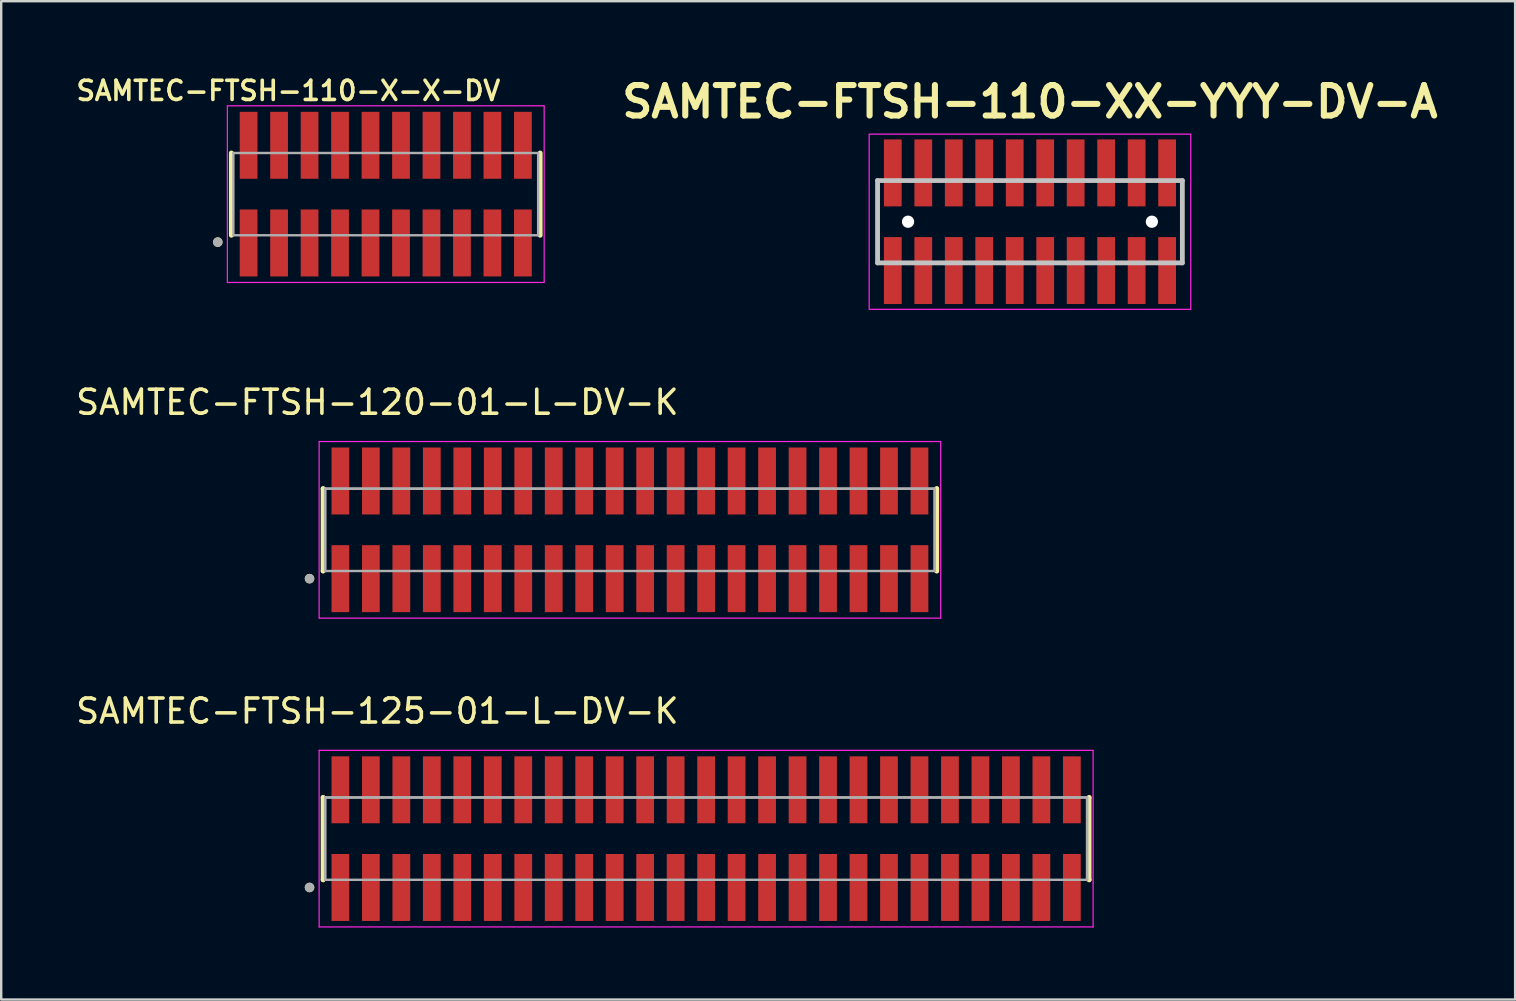
<source format=kicad_pcb>
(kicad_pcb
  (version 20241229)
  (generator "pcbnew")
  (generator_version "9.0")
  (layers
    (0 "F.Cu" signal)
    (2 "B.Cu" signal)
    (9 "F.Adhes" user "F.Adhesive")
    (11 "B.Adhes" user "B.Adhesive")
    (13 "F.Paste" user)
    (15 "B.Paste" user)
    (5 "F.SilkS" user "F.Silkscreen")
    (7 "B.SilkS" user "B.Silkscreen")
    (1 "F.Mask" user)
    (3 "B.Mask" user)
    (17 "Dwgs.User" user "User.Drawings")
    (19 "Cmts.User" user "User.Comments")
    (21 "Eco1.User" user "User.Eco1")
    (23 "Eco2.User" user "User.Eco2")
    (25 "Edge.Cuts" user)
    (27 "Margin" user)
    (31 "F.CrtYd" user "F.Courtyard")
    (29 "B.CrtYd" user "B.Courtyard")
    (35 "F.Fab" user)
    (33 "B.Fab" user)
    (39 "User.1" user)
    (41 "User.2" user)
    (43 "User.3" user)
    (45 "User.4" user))
  (footprint "SAMTEC-FTSH-110-X-X-DV"
    (layer "F.Cu")
    (at 13.024 5.039)
    (property "Reference" "SAMTEC-FTSH-110-X-X-DV" (at -4.06 -4.308 0) (layer "F.SilkS") (effects (font (size 0.8 0.8) (thickness 0.15))))
    (attr smd)
    (fp_line (start -6.435 -1.715) (end -6.435 1.715) (stroke (width 0.2) (type solid)) (layer "F.SilkS"))
    (fp_line (start 6.435 -1.715) (end 6.435 1.715) (stroke (width 0.2) (type solid)) (layer "F.SilkS"))
    (fp_circle (center -7 2) (end -6.9 2) (stroke (width 0.2) (type solid)) (fill no) (layer "F.SilkS"))
    (fp_line (start -6.6 -3.68) (end 6.6 -3.68) (stroke (width 0.05) (type solid)) (layer "F.CrtYd"))
    (fp_line (start -6.6 3.68) (end -6.6 -3.68) (stroke (width 0.05) (type solid)) (layer "F.CrtYd"))
    (fp_line (start 6.6 -3.68) (end 6.6 3.68) (stroke (width 0.05) (type solid)) (layer "F.CrtYd"))
    (fp_line (start 6.6 3.68) (end -6.6 3.68) (stroke (width 0.05) (type solid)) (layer "F.CrtYd"))
    (fp_line (start -6.35 -1.715) (end 6.35 -1.715) (stroke (width 0.1) (type solid)) (layer "F.Fab"))
    (fp_line (start -6.35 1.715) (end -6.35 -1.715) (stroke (width 0.1) (type solid)) (layer "F.Fab"))
    (fp_line (start 6.35 -1.715) (end 6.35 1.715) (stroke (width 0.1) (type solid)) (layer "F.Fab"))
    (fp_line (start 6.35 1.715) (end -6.35 1.715) (stroke (width 0.1) (type solid)) (layer "F.Fab"))
    (fp_circle (center -7 2) (end -6.9 2) (stroke (width 0.2) (type solid)) (fill no) (layer "F.Fab"))
    (pad "1" smd rect (at -5.715 2.035) (size 0.74 2.79) (layers "F.Cu" "F.Paste"))
    (pad "2" smd rect (at -5.715 -2.035) (size 0.74 2.79) (layers "F.Cu" "F.Paste"))
    (pad "3" smd rect (at -4.445 2.035) (size 0.74 2.79) (layers "F.Cu" "F.Paste"))
    (pad "4" smd rect (at -4.445 -2.035) (size 0.74 2.79) (layers "F.Cu" "F.Paste"))
    (pad "5" smd rect (at -3.175 2.035) (size 0.74 2.79) (layers "F.Cu" "F.Paste"))
    (pad "6" smd rect (at -3.175 -2.035) (size 0.74 2.79) (layers "F.Cu" "F.Paste"))
    (pad "7" smd rect (at -1.905 2.035) (size 0.74 2.79) (layers "F.Cu" "F.Paste"))
    (pad "8" smd rect (at -1.905 -2.035) (size 0.74 2.79) (layers "F.Cu" "F.Paste"))
    (pad "9" smd rect (at -0.635 2.035) (size 0.74 2.79) (layers "F.Cu" "F.Paste"))
    (pad "10" smd rect (at -0.635 -2.035) (size 0.74 2.79) (layers "F.Cu" "F.Paste"))
    (pad "11" smd rect (at 0.635 2.035) (size 0.74 2.79) (layers "F.Cu" "F.Paste"))
    (pad "12" smd rect (at 0.635 -2.035) (size 0.74 2.79) (layers "F.Cu" "F.Paste"))
    (pad "13" smd rect (at 1.905 2.035) (size 0.74 2.79) (layers "F.Cu" "F.Paste"))
    (pad "14" smd rect (at 1.905 -2.035) (size 0.74 2.79) (layers "F.Cu" "F.Paste"))
    (pad "15" smd rect (at 3.175 2.035) (size 0.74 2.79) (layers "F.Cu" "F.Paste"))
    (pad "16" smd rect (at 3.175 -2.035) (size 0.74 2.79) (layers "F.Cu" "F.Paste"))
    (pad "17" smd rect (at 4.445 2.035) (size 0.74 2.79) (layers "F.Cu" "F.Paste"))
    (pad "18" smd rect (at 4.445 -2.035) (size 0.74 2.79) (layers "F.Cu" "F.Paste"))
    (pad "19" smd rect (at 5.715 2.035) (size 0.74 2.79) (layers "F.Cu" "F.Paste"))
    (pad "20" smd rect (at 5.715 -2.035) (size 0.74 2.79) (layers "F.Cu" "F.Paste")))
  (footprint "SAMTEC-FTSH-120-01-L-DV-K"
    (layer "F.Cu")
    (at 23.198 19.027)
    (property "Reference" "SAMTEC-FTSH-120-01-L-DV-K" (at -10.525 -5.315 0) (layer "F.SilkS") (effects (font (size 1 1) (thickness 0.15))))
    (attr smd)
    (fp_line (start -12.785 -1.715) (end -12.785 -1.715) (stroke (width 0.2) (type solid)) (layer "F.SilkS"))
    (fp_line (start -12.785 1.715) (end -12.785 -1.715) (stroke (width 0.2) (type solid)) (layer "F.SilkS"))
    (fp_line (start -12.785 1.715) (end -12.785 1.715) (stroke (width 0.2) (type solid)) (layer "F.SilkS"))
    (fp_line (start 12.785 -1.715) (end 12.785 -1.715) (stroke (width 0.2) (type solid)) (layer "F.SilkS"))
    (fp_line (start 12.785 -1.715) (end 12.785 1.715) (stroke (width 0.2) (type solid)) (layer "F.SilkS"))
    (fp_line (start 12.785 1.715) (end 12.785 1.715) (stroke (width 0.2) (type solid)) (layer "F.SilkS"))
    (fp_circle (center -13.35 2.035) (end -13.25 2.035) (stroke (width 0.2) (type solid)) (fill no) (layer "F.SilkS"))
    (fp_line (start -12.95 -3.68) (end 12.95 -3.68) (stroke (width 0.05) (type solid)) (layer "F.CrtYd"))
    (fp_line (start -12.95 3.68) (end -12.95 -3.68) (stroke (width 0.05) (type solid)) (layer "F.CrtYd"))
    (fp_line (start 12.95 -3.68) (end 12.95 3.68) (stroke (width 0.05) (type solid)) (layer "F.CrtYd"))
    (fp_line (start 12.95 3.68) (end -12.95 3.68) (stroke (width 0.05) (type solid)) (layer "F.CrtYd"))
    (fp_line (start -12.7 -1.715) (end 12.7 -1.715) (stroke (width 0.1) (type solid)) (layer "F.Fab"))
    (fp_line (start -12.7 -1.715) (end 12.7 -1.715) (stroke (width 0.1) (type solid)) (layer "F.Fab"))
    (fp_line (start -12.7 1.715) (end -12.7 -1.715) (stroke (width 0.1) (type solid)) (layer "F.Fab"))
    (fp_line (start -12.7 1.715) (end -12.7 -1.715) (stroke (width 0.1) (type solid)) (layer "F.Fab"))
    (fp_line (start 12.7 -1.715) (end 12.7 1.715) (stroke (width 0.1) (type solid)) (layer "F.Fab"))
    (fp_line (start 12.7 -1.715) (end 12.7 1.715) (stroke (width 0.1) (type solid)) (layer "F.Fab"))
    (fp_line (start 12.7 1.715) (end -12.7 1.715) (stroke (width 0.1) (type solid)) (layer "F.Fab"))
    (fp_circle (center -13.35 2.035) (end -13.25 2.035) (stroke (width 0.2) (type solid)) (fill no) (layer "F.Fab"))
    (pad "1" smd rect (at -12.065 2.035) (size 0.74 2.79) (layers "F.Cu" "F.Mask" "F.Paste"))
    (pad "2" smd rect (at -12.065 -2.035) (size 0.74 2.79) (layers "F.Cu" "F.Mask" "F.Paste"))
    (pad "3" smd rect (at -10.795 2.035) (size 0.74 2.79) (layers "F.Cu" "F.Mask" "F.Paste"))
    (pad "4" smd rect (at -10.795 -2.035) (size 0.74 2.79) (layers "F.Cu" "F.Mask" "F.Paste"))
    (pad "5" smd rect (at -9.525 2.035) (size 0.74 2.79) (layers "F.Cu" "F.Mask" "F.Paste"))
    (pad "6" smd rect (at -9.525 -2.035) (size 0.74 2.79) (layers "F.Cu" "F.Mask" "F.Paste"))
    (pad "7" smd rect (at -8.255 2.035) (size 0.74 2.79) (layers "F.Cu" "F.Mask" "F.Paste"))
    (pad "8" smd rect (at -8.255 -2.035) (size 0.74 2.79) (layers "F.Cu" "F.Mask" "F.Paste"))
    (pad "9" smd rect (at -6.985 2.035) (size 0.74 2.79) (layers "F.Cu" "F.Mask" "F.Paste"))
    (pad "10" smd rect (at -6.985 -2.035) (size 0.74 2.79) (layers "F.Cu" "F.Mask" "F.Paste"))
    (pad "11" smd rect (at -5.715 2.035) (size 0.74 2.79) (layers "F.Cu" "F.Mask" "F.Paste"))
    (pad "12" smd rect (at -5.715 -2.035) (size 0.74 2.79) (layers "F.Cu" "F.Mask" "F.Paste"))
    (pad "13" smd rect (at -4.445 2.035) (size 0.74 2.79) (layers "F.Cu" "F.Mask" "F.Paste"))
    (pad "14" smd rect (at -4.445 -2.035) (size 0.74 2.79) (layers "F.Cu" "F.Mask" "F.Paste"))
    (pad "15" smd rect (at -3.175 2.035) (size 0.74 2.79) (layers "F.Cu" "F.Mask" "F.Paste"))
    (pad "16" smd rect (at -3.175 -2.035) (size 0.74 2.79) (layers "F.Cu" "F.Mask" "F.Paste"))
    (pad "17" smd rect (at -1.905 2.035) (size 0.74 2.79) (layers "F.Cu" "F.Mask" "F.Paste"))
    (pad "18" smd rect (at -1.905 -2.035) (size 0.74 2.79) (layers "F.Cu" "F.Mask" "F.Paste"))
    (pad "19" smd rect (at -0.635 2.035) (size 0.74 2.79) (layers "F.Cu" "F.Mask" "F.Paste"))
    (pad "20" smd rect (at -0.635 -2.035) (size 0.74 2.79) (layers "F.Cu" "F.Mask" "F.Paste"))
    (pad "21" smd rect (at 0.635 2.035) (size 0.74 2.79) (layers "F.Cu" "F.Mask" "F.Paste"))
    (pad "22" smd rect (at 0.635 -2.035) (size 0.74 2.79) (layers "F.Cu" "F.Mask" "F.Paste"))
    (pad "23" smd rect (at 1.905 2.035) (size 0.74 2.79) (layers "F.Cu" "F.Mask" "F.Paste"))
    (pad "24" smd rect (at 1.905 -2.035) (size 0.74 2.79) (layers "F.Cu" "F.Mask" "F.Paste"))
    (pad "25" smd rect (at 3.175 2.035) (size 0.74 2.79) (layers "F.Cu" "F.Mask" "F.Paste"))
    (pad "26" smd rect (at 3.175 -2.035) (size 0.74 2.79) (layers "F.Cu" "F.Mask" "F.Paste"))
    (pad "27" smd rect (at 4.445 2.035) (size 0.74 2.79) (layers "F.Cu" "F.Mask" "F.Paste"))
    (pad "28" smd rect (at 4.445 -2.035) (size 0.74 2.79) (layers "F.Cu" "F.Mask" "F.Paste"))
    (pad "29" smd rect (at 5.715 2.035) (size 0.74 2.79) (layers "F.Cu" "F.Mask" "F.Paste"))
    (pad "30" smd rect (at 5.715 -2.035) (size 0.74 2.79) (layers "F.Cu" "F.Mask" "F.Paste"))
    (pad "31" smd rect (at 6.985 2.035) (size 0.74 2.79) (layers "F.Cu" "F.Mask" "F.Paste"))
    (pad "32" smd rect (at 6.985 -2.035) (size 0.74 2.79) (layers "F.Cu" "F.Mask" "F.Paste"))
    (pad "33" smd rect (at 8.255 2.035) (size 0.74 2.79) (layers "F.Cu" "F.Mask" "F.Paste"))
    (pad "34" smd rect (at 8.255 -2.035) (size 0.74 2.79) (layers "F.Cu" "F.Mask" "F.Paste"))
    (pad "35" smd rect (at 9.525 2.035) (size 0.74 2.79) (layers "F.Cu" "F.Mask" "F.Paste"))
    (pad "36" smd rect (at 9.525 -2.035) (size 0.74 2.79) (layers "F.Cu" "F.Mask" "F.Paste"))
    (pad "37" smd rect (at 10.795 2.035) (size 0.74 2.79) (layers "F.Cu" "F.Mask" "F.Paste"))
    (pad "38" smd rect (at 10.795 -2.035) (size 0.74 2.79) (layers "F.Cu" "F.Mask" "F.Paste"))
    (pad "39" smd rect (at 12.065 2.035) (size 0.74 2.79) (layers "F.Cu" "F.Mask" "F.Paste"))
    (pad "40" smd rect (at 12.065 -2.035) (size 0.74 2.79) (layers "F.Cu" "F.Mask" "F.Paste")))
  (footprint "SAMTEC-FTSH-125-01-L-DV-K"
    (layer "F.Cu")
    (at 26.373 31.895)
    (property "Reference" "SAMTEC-FTSH-125-01-L-DV-K" (at -13.7 -5.315 0) (layer "F.SilkS") (effects (font (size 1 1) (thickness 0.15))))
    (attr smd)
    (fp_line (start -15.96 -1.715) (end -15.96 -1.715) (stroke (width 0.2) (type solid)) (layer "F.SilkS"))
    (fp_line (start -15.96 1.715) (end -15.96 -1.715) (stroke (width 0.2) (type solid)) (layer "F.SilkS"))
    (fp_line (start -15.96 1.715) (end -15.96 1.715) (stroke (width 0.2) (type solid)) (layer "F.SilkS"))
    (fp_line (start 15.96 -1.715) (end 15.96 -1.715) (stroke (width 0.2) (type solid)) (layer "F.SilkS"))
    (fp_line (start 15.96 -1.715) (end 15.96 1.715) (stroke (width 0.2) (type solid)) (layer "F.SilkS"))
    (fp_line (start 15.96 1.715) (end 15.96 1.715) (stroke (width 0.2) (type solid)) (layer "F.SilkS"))
    (fp_circle (center -16.525 2.035) (end -16.425 2.035) (stroke (width 0.2) (type solid)) (fill no) (layer "F.SilkS"))
    (fp_line (start -16.125 -3.68) (end 16.125 -3.68) (stroke (width 0.05) (type solid)) (layer "F.CrtYd"))
    (fp_line (start -16.125 3.68) (end -16.125 -3.68) (stroke (width 0.05) (type solid)) (layer "F.CrtYd"))
    (fp_line (start 16.125 -3.68) (end 16.125 3.68) (stroke (width 0.05) (type solid)) (layer "F.CrtYd"))
    (fp_line (start 16.125 3.68) (end -16.125 3.68) (stroke (width 0.05) (type solid)) (layer "F.CrtYd"))
    (fp_line (start -15.875 -1.715) (end 15.875 -1.715) (stroke (width 0.1) (type solid)) (layer "F.Fab"))
    (fp_line (start -15.875 -1.715) (end 15.875 -1.715) (stroke (width 0.1) (type solid)) (layer "F.Fab"))
    (fp_line (start -15.875 1.715) (end -15.875 -1.715) (stroke (width 0.1) (type solid)) (layer "F.Fab"))
    (fp_line (start -15.875 1.715) (end -15.875 -1.715) (stroke (width 0.1) (type solid)) (layer "F.Fab"))
    (fp_line (start 15.875 -1.715) (end 15.875 1.715) (stroke (width 0.1) (type solid)) (layer "F.Fab"))
    (fp_line (start 15.875 -1.715) (end 15.875 1.715) (stroke (width 0.1) (type solid)) (layer "F.Fab"))
    (fp_line (start 15.875 1.715) (end -15.875 1.715) (stroke (width 0.1) (type solid)) (layer "F.Fab"))
    (fp_circle (center -16.525 2.035) (end -16.425 2.035) (stroke (width 0.2) (type solid)) (fill no) (layer "F.Fab"))
    (pad "1" smd rect (at -15.24 2.035) (size 0.74 2.79) (layers "F.Cu" "F.Mask" "F.Paste"))
    (pad "2" smd rect (at -15.24 -2.035) (size 0.74 2.79) (layers "F.Cu" "F.Mask" "F.Paste"))
    (pad "3" smd rect (at -13.97 2.035) (size 0.74 2.79) (layers "F.Cu" "F.Mask" "F.Paste"))
    (pad "4" smd rect (at -13.97 -2.035) (size 0.74 2.79) (layers "F.Cu" "F.Mask" "F.Paste"))
    (pad "5" smd rect (at -12.7 2.035) (size 0.74 2.79) (layers "F.Cu" "F.Mask" "F.Paste"))
    (pad "6" smd rect (at -12.7 -2.035) (size 0.74 2.79) (layers "F.Cu" "F.Mask" "F.Paste"))
    (pad "7" smd rect (at -11.43 2.035) (size 0.74 2.79) (layers "F.Cu" "F.Mask" "F.Paste"))
    (pad "8" smd rect (at -11.43 -2.035) (size 0.74 2.79) (layers "F.Cu" "F.Mask" "F.Paste"))
    (pad "9" smd rect (at -10.16 2.035) (size 0.74 2.79) (layers "F.Cu" "F.Mask" "F.Paste"))
    (pad "10" smd rect (at -10.16 -2.035) (size 0.74 2.79) (layers "F.Cu" "F.Mask" "F.Paste"))
    (pad "11" smd rect (at -8.89 2.035) (size 0.74 2.79) (layers "F.Cu" "F.Mask" "F.Paste"))
    (pad "12" smd rect (at -8.89 -2.035) (size 0.74 2.79) (layers "F.Cu" "F.Mask" "F.Paste"))
    (pad "13" smd rect (at -7.62 2.035) (size 0.74 2.79) (layers "F.Cu" "F.Mask" "F.Paste"))
    (pad "14" smd rect (at -7.62 -2.035) (size 0.74 2.79) (layers "F.Cu" "F.Mask" "F.Paste"))
    (pad "15" smd rect (at -6.35 2.035) (size 0.74 2.79) (layers "F.Cu" "F.Mask" "F.Paste"))
    (pad "16" smd rect (at -6.35 -2.035) (size 0.74 2.79) (layers "F.Cu" "F.Mask" "F.Paste"))
    (pad "17" smd rect (at -5.08 2.035) (size 0.74 2.79) (layers "F.Cu" "F.Mask" "F.Paste"))
    (pad "18" smd rect (at -5.08 -2.035) (size 0.74 2.79) (layers "F.Cu" "F.Mask" "F.Paste"))
    (pad "19" smd rect (at -3.81 2.035) (size 0.74 2.79) (layers "F.Cu" "F.Mask" "F.Paste"))
    (pad "20" smd rect (at -3.81 -2.035) (size 0.74 2.79) (layers "F.Cu" "F.Mask" "F.Paste"))
    (pad "21" smd rect (at -2.54 2.035) (size 0.74 2.79) (layers "F.Cu" "F.Mask" "F.Paste"))
    (pad "22" smd rect (at -2.54 -2.035) (size 0.74 2.79) (layers "F.Cu" "F.Mask" "F.Paste"))
    (pad "23" smd rect (at -1.27 2.035) (size 0.74 2.79) (layers "F.Cu" "F.Mask" "F.Paste"))
    (pad "24" smd rect (at -1.27 -2.035) (size 0.74 2.79) (layers "F.Cu" "F.Mask" "F.Paste"))
    (pad "25" smd rect (at 0 2.035) (size 0.74 2.79) (layers "F.Cu" "F.Mask" "F.Paste"))
    (pad "26" smd rect (at 0 -2.035) (size 0.74 2.79) (layers "F.Cu" "F.Mask" "F.Paste"))
    (pad "27" smd rect (at 1.27 2.035) (size 0.74 2.79) (layers "F.Cu" "F.Mask" "F.Paste"))
    (pad "28" smd rect (at 1.27 -2.035) (size 0.74 2.79) (layers "F.Cu" "F.Mask" "F.Paste"))
    (pad "29" smd rect (at 2.54 2.035) (size 0.74 2.79) (layers "F.Cu" "F.Mask" "F.Paste"))
    (pad "30" smd rect (at 2.54 -2.035) (size 0.74 2.79) (layers "F.Cu" "F.Mask" "F.Paste"))
    (pad "31" smd rect (at 3.81 2.035) (size 0.74 2.79) (layers "F.Cu" "F.Mask" "F.Paste"))
    (pad "32" smd rect (at 3.81 -2.035) (size 0.74 2.79) (layers "F.Cu" "F.Mask" "F.Paste"))
    (pad "33" smd rect (at 5.08 2.035) (size 0.74 2.79) (layers "F.Cu" "F.Mask" "F.Paste"))
    (pad "34" smd rect (at 5.08 -2.035) (size 0.74 2.79) (layers "F.Cu" "F.Mask" "F.Paste"))
    (pad "35" smd rect (at 6.35 2.035) (size 0.74 2.79) (layers "F.Cu" "F.Mask" "F.Paste"))
    (pad "36" smd rect (at 6.35 -2.035) (size 0.74 2.79) (layers "F.Cu" "F.Mask" "F.Paste"))
    (pad "37" smd rect (at 7.62 2.035) (size 0.74 2.79) (layers "F.Cu" "F.Mask" "F.Paste"))
    (pad "38" smd rect (at 7.62 -2.035) (size 0.74 2.79) (layers "F.Cu" "F.Mask" "F.Paste"))
    (pad "39" smd rect (at 8.89 2.035) (size 0.74 2.79) (layers "F.Cu" "F.Mask" "F.Paste"))
    (pad "40" smd rect (at 8.89 -2.035) (size 0.74 2.79) (layers "F.Cu" "F.Mask" "F.Paste"))
    (pad "41" smd rect (at 10.16 2.035) (size 0.74 2.79) (layers "F.Cu" "F.Mask" "F.Paste"))
    (pad "42" smd rect (at 10.16 -2.035) (size 0.74 2.79) (layers "F.Cu" "F.Mask" "F.Paste"))
    (pad "43" smd rect (at 11.43 2.035) (size 0.74 2.79) (layers "F.Cu" "F.Mask" "F.Paste"))
    (pad "44" smd rect (at 11.43 -2.035) (size 0.74 2.79) (layers "F.Cu" "F.Mask" "F.Paste"))
    (pad "45" smd rect (at 12.7 2.035) (size 0.74 2.79) (layers "F.Cu" "F.Mask" "F.Paste"))
    (pad "46" smd rect (at 12.7 -2.035) (size 0.74 2.79) (layers "F.Cu" "F.Mask" "F.Paste"))
    (pad "47" smd rect (at 13.97 2.035) (size 0.74 2.79) (layers "F.Cu" "F.Mask" "F.Paste"))
    (pad "48" smd rect (at 13.97 -2.035) (size 0.74 2.79) (layers "F.Cu" "F.Mask" "F.Paste"))
    (pad "49" smd rect (at 15.24 2.035) (size 0.74 2.79) (layers "F.Cu" "F.Mask" "F.Paste"))
    (pad "50" smd rect (at 15.24 -2.035) (size 0.74 2.79) (layers "F.Cu" "F.Mask" "F.Paste")))
  (footprint "SAMTEC-FTSH-110-XX-YYY-DV-A"
    (layer "F.Cu")
    (at 39.867 6.189)
    (property "Reference" "SAMTEC-FTSH-110-XX-YYY-DV-A" (at 0 -5 0) (layer "F.SilkS") (effects (font (size 1.27 1.27) (thickness 0.254))))
    (attr through_hole exclude_from_pos_files)
    (fp_line (start -6.35 1.715) (end -6.35 -1.715) (stroke (width 0.1) (type solid)) (layer "F.SilkS"))
    (fp_line (start 6.35 -1.715) (end 6.35 1.715) (stroke (width 0.1) (type solid)) (layer "F.SilkS"))
    (fp_line (start -6.35 -1.715) (end 6.35 -1.715) (stroke (width 0.2) (type solid)) (layer "Dwgs.User"))
    (fp_line (start -6.35 1.715) (end -6.35 -1.715) (stroke (width 0.2) (type solid)) (layer "Dwgs.User"))
    (fp_line (start 6.35 -1.715) (end 6.35 1.715) (stroke (width 0.2) (type solid)) (layer "Dwgs.User"))
    (fp_line (start 6.35 1.715) (end -6.35 1.715) (stroke (width 0.2) (type solid)) (layer "Dwgs.User"))
    (fp_rect (start -6.7 -3.65) (end 6.7 3.65) (stroke (width 0.05) (type default)) (fill no) (layer "F.CrtYd"))
    (pad "" np_thru_hole circle (at -5.08 0 90) (size 0.51 0.51) (drill 1.02) (layers "*.Cu" "*.Mask"))
    (pad "" np_thru_hole circle (at 5.08 0 90) (size 0.51 0.51) (drill 1.02) (layers "*.Cu" "*.Mask"))
    (pad "1" smd rect (at -5.715 2.035) (size 0.74 2.79) (layers "F.Cu" "F.Mask" "F.Paste"))
    (pad "2" smd rect (at -5.715 -2.035) (size 0.74 2.79) (layers "F.Cu" "F.Mask" "F.Paste"))
    (pad "3" smd rect (at -4.445 2.035) (size 0.74 2.79) (layers "F.Cu" "F.Mask" "F.Paste"))
    (pad "4" smd rect (at -4.445 -2.035) (size 0.74 2.79) (layers "F.Cu" "F.Mask" "F.Paste"))
    (pad "5" smd rect (at -3.175 2.035) (size 0.74 2.79) (layers "F.Cu" "F.Mask" "F.Paste"))
    (pad "6" smd rect (at -3.175 -2.035) (size 0.74 2.79) (layers "F.Cu" "F.Mask" "F.Paste"))
    (pad "7" smd rect (at -1.905 2.035) (size 0.74 2.79) (layers "F.Cu" "F.Mask" "F.Paste"))
    (pad "8" smd rect (at -1.905 -2.035) (size 0.74 2.79) (layers "F.Cu" "F.Mask" "F.Paste"))
    (pad "9" smd rect (at -0.635 2.035) (size 0.74 2.79) (layers "F.Cu" "F.Mask" "F.Paste"))
    (pad "10" smd rect (at -0.635 -2.035) (size 0.74 2.79) (layers "F.Cu" "F.Mask" "F.Paste"))
    (pad "11" smd rect (at 0.635 2.035) (size 0.74 2.79) (layers "F.Cu" "F.Mask" "F.Paste"))
    (pad "12" smd rect (at 0.635 -2.035) (size 0.74 2.79) (layers "F.Cu" "F.Mask" "F.Paste"))
    (pad "13" smd rect (at 1.905 2.035) (size 0.74 2.79) (layers "F.Cu" "F.Mask" "F.Paste"))
    (pad "14" smd rect (at 1.905 -2.035) (size 0.74 2.79) (layers "F.Cu" "F.Mask" "F.Paste"))
    (pad "15" smd rect (at 3.175 2.035) (size 0.74 2.79) (layers "F.Cu" "F.Mask" "F.Paste"))
    (pad "16" smd rect (at 3.175 -2.035) (size 0.74 2.79) (layers "F.Cu" "F.Mask" "F.Paste"))
    (pad "17" smd rect (at 4.445 2.035) (size 0.74 2.79) (layers "F.Cu" "F.Mask" "F.Paste"))
    (pad "18" smd rect (at 4.445 -2.035) (size 0.74 2.79) (layers "F.Cu" "F.Mask" "F.Paste"))
    (pad "19" smd rect (at 5.715 2.035) (size 0.74 2.79) (layers "F.Cu" "F.Mask" "F.Paste"))
    (pad "20" smd rect (at 5.715 -2.035) (size 0.74 2.79) (layers "F.Cu" "F.Mask" "F.Paste")))
  (gr_rect
    (start -3 -3)
    (end 60.084 38.6)
    (stroke (width 0.1) (type default))
    (fill no)
    (layer "Edge.Cuts")))
</source>
